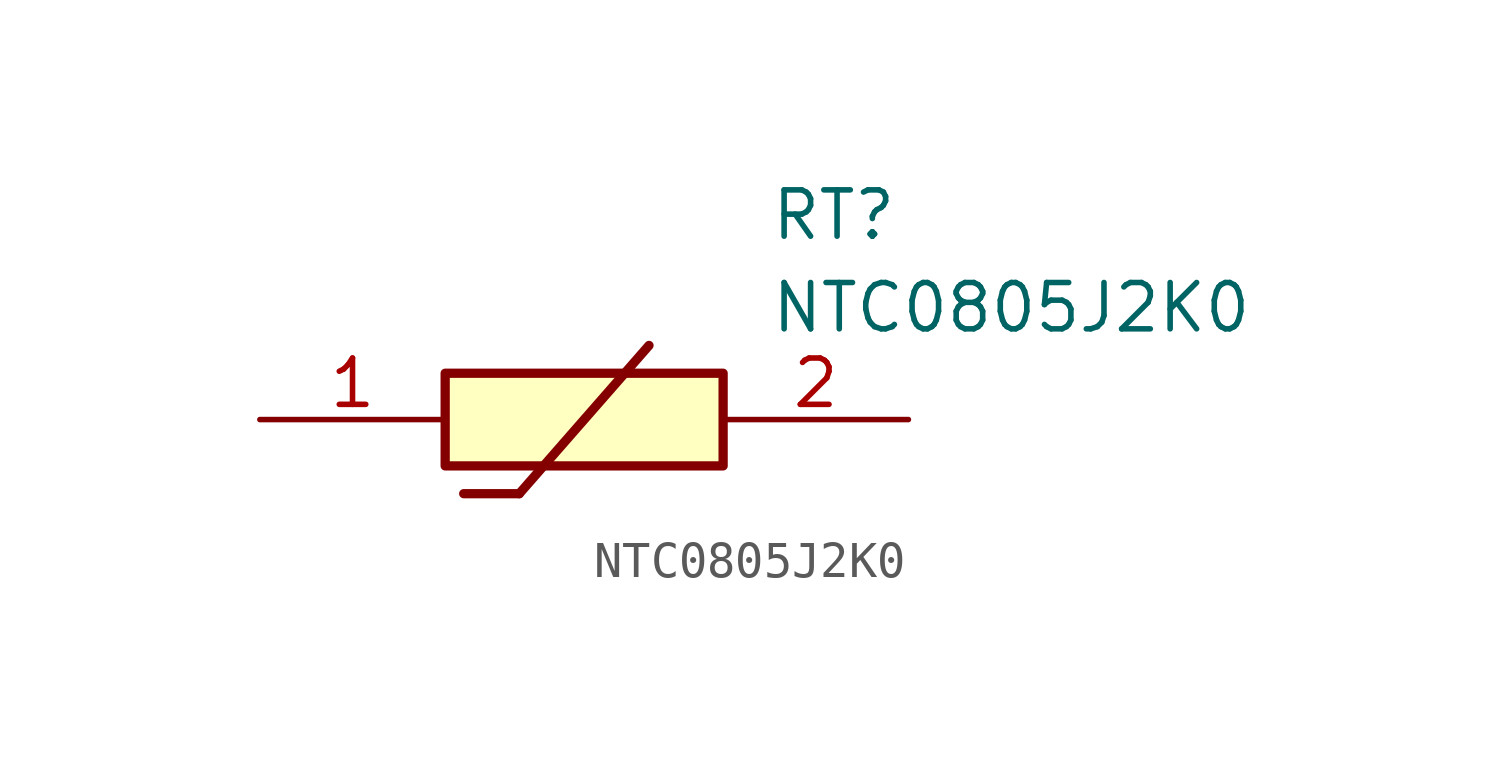
<source format=kicad_sym>
(kicad_symbol_lib
  (version 20211014)
  (generator SamacSys_ECAD_Model)
  (symbol "NTC0805J2K0"
    (pin_names hide)
    (property "Reference" "RT"
      (at 13.97 6.35 0)
      (effects (font (size 1.27 1.27)) (justify left top)))
    (property "Value" "NTC0805J2K0"
      (at 13.97 3.81 0)
      (effects (font (size 1.27 1.27)) (justify left top)))
    (rectangle
      (start 5.08 1.27)
      (end 12.7 -1.27)
      (stroke (width 0.254) (type default))
      (fill (type background)))
    (polyline
      (pts (xy 5.588 -2.032) (xy 7.112 -2.032))
      (stroke (width 0.254) (type default))
      (fill (type none)))
    (polyline
      (pts (xy 10.668 2.032) (xy 7.112 -2.032))
      (stroke (width 0.254) (type default))
      (fill (type none)))
    (pin passive line
      (at 0 0 0)
      (length 5.08)
      (name "1" (effects (font (size 1.27 1.27))))
      (number "1" (effects (font (size 1.27 1.27)))))
    (pin passive line
      (at 17.78 0 180)
      (length 5.08)
      (name "2" (effects (font (size 1.27 1.27))))
      (number "2" (effects (font (size 1.27 1.27)))))))
</source>
